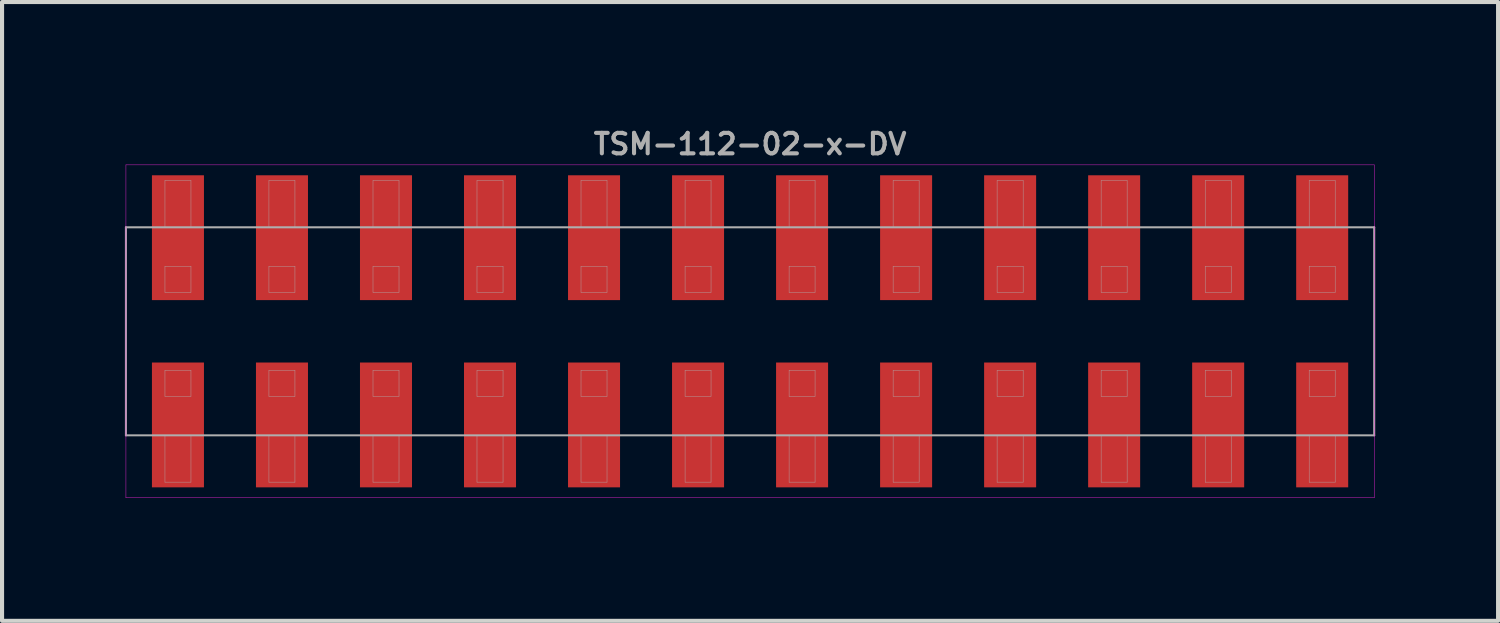
<source format=kicad_pcb>
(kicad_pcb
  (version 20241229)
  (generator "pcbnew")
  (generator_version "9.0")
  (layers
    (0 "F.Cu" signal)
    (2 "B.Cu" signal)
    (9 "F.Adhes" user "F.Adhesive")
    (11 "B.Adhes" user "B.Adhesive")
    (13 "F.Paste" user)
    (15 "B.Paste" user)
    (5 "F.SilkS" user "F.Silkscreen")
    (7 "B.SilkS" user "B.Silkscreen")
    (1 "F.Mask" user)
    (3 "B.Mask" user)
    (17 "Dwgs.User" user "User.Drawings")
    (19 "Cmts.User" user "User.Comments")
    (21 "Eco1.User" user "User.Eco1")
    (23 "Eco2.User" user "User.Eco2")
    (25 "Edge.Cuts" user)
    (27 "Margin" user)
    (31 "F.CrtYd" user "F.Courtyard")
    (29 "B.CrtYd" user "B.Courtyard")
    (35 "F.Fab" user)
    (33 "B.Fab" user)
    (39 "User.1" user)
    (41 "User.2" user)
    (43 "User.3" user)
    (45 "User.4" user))
  (footprint "TSM-112-02-x-DV"
    (layer "F.Cu")
    (at 15.265 5.04)
    (property "Reference" "TSM-112-02-x-DV" (at 0 -4.572 0) (layer "F.Fab") (effects (font (size 0.5 0.5) (thickness 0.1))))
    (attr smd)
    (fp_line (start -15.24 -4.064) (end -15.24 4.064) (stroke (width 0.01) (type solid)) (layer "F.CrtYd"))
    (fp_line (start -15.24 4.064) (end 15.24 4.064) (stroke (width 0.01) (type solid)) (layer "F.CrtYd"))
    (fp_line (start 15.24 -4.064) (end -15.24 -4.064) (stroke (width 0.01) (type solid)) (layer "F.CrtYd"))
    (fp_line (start 15.24 4.064) (end 15.24 -4.064) (stroke (width 0.01) (type solid)) (layer "F.CrtYd"))
    (fp_line (start -15.24 -2.54) (end 15.24 -2.54) (stroke (width 0.05) (type solid)) (layer "F.Fab"))
    (fp_line (start -15.24 2.54) (end -15.24 -2.54) (stroke (width 0.05) (type solid)) (layer "F.Fab"))
    (fp_line (start -14.287 -3.683) (end -13.652 -3.683) (stroke (width 0.01) (type solid)) (layer "F.Fab"))
    (fp_line (start -14.287 -2.54) (end -14.287 -3.683) (stroke (width 0.01) (type solid)) (layer "F.Fab"))
    (fp_line (start -14.287 -1.587) (end -14.287 -0.953) (stroke (width 0.01) (type solid)) (layer "F.Fab"))
    (fp_line (start -14.287 -0.953) (end -13.652 -0.953) (stroke (width 0.01) (type solid)) (layer "F.Fab"))
    (fp_line (start -14.287 0.953) (end -14.287 1.587) (stroke (width 0.01) (type solid)) (layer "F.Fab"))
    (fp_line (start -14.287 1.587) (end -13.652 1.587) (stroke (width 0.01) (type solid)) (layer "F.Fab"))
    (fp_line (start -14.287 3.683) (end -14.287 2.54) (stroke (width 0.01) (type solid)) (layer "F.Fab"))
    (fp_line (start -13.652 -3.683) (end -13.652 -2.54) (stroke (width 0.01) (type solid)) (layer "F.Fab"))
    (fp_line (start -13.652 -1.587) (end -14.287 -1.587) (stroke (width 0.01) (type solid)) (layer "F.Fab"))
    (fp_line (start -13.652 -0.953) (end -13.652 -1.587) (stroke (width 0.01) (type solid)) (layer "F.Fab"))
    (fp_line (start -13.652 0.953) (end -14.287 0.953) (stroke (width 0.01) (type solid)) (layer "F.Fab"))
    (fp_line (start -13.652 1.587) (end -13.652 0.953) (stroke (width 0.01) (type solid)) (layer "F.Fab"))
    (fp_line (start -13.652 2.54) (end -13.652 3.683) (stroke (width 0.01) (type solid)) (layer "F.Fab"))
    (fp_line (start -13.652 3.683) (end -14.287 3.683) (stroke (width 0.01) (type solid)) (layer "F.Fab"))
    (fp_line (start -11.748 -3.683) (end -11.113 -3.683) (stroke (width 0.01) (type solid)) (layer "F.Fab"))
    (fp_line (start -11.748 -2.54) (end -11.748 -3.683) (stroke (width 0.01) (type solid)) (layer "F.Fab"))
    (fp_line (start -11.748 -1.587) (end -11.748 -0.953) (stroke (width 0.01) (type solid)) (layer "F.Fab"))
    (fp_line (start -11.748 -0.953) (end -11.113 -0.953) (stroke (width 0.01) (type solid)) (layer "F.Fab"))
    (fp_line (start -11.748 0.953) (end -11.748 1.587) (stroke (width 0.01) (type solid)) (layer "F.Fab"))
    (fp_line (start -11.748 1.587) (end -11.113 1.587) (stroke (width 0.01) (type solid)) (layer "F.Fab"))
    (fp_line (start -11.748 3.683) (end -11.748 2.54) (stroke (width 0.01) (type solid)) (layer "F.Fab"))
    (fp_line (start -11.113 -3.683) (end -11.113 -2.54) (stroke (width 0.01) (type solid)) (layer "F.Fab"))
    (fp_line (start -11.113 -1.587) (end -11.748 -1.587) (stroke (width 0.01) (type solid)) (layer "F.Fab"))
    (fp_line (start -11.113 -0.953) (end -11.113 -1.587) (stroke (width 0.01) (type solid)) (layer "F.Fab"))
    (fp_line (start -11.113 0.953) (end -11.748 0.953) (stroke (width 0.01) (type solid)) (layer "F.Fab"))
    (fp_line (start -11.113 1.587) (end -11.113 0.953) (stroke (width 0.01) (type solid)) (layer "F.Fab"))
    (fp_line (start -11.113 2.54) (end -11.113 3.683) (stroke (width 0.01) (type solid)) (layer "F.Fab"))
    (fp_line (start -11.113 3.683) (end -11.748 3.683) (stroke (width 0.01) (type solid)) (layer "F.Fab"))
    (fp_line (start -9.207 -3.683) (end -8.572 -3.683) (stroke (width 0.01) (type solid)) (layer "F.Fab"))
    (fp_line (start -9.207 -2.54) (end -9.207 -3.683) (stroke (width 0.01) (type solid)) (layer "F.Fab"))
    (fp_line (start -9.207 -1.587) (end -9.207 -0.953) (stroke (width 0.01) (type solid)) (layer "F.Fab"))
    (fp_line (start -9.207 -0.953) (end -8.572 -0.953) (stroke (width 0.01) (type solid)) (layer "F.Fab"))
    (fp_line (start -9.207 0.953) (end -9.207 1.587) (stroke (width 0.01) (type solid)) (layer "F.Fab"))
    (fp_line (start -9.207 1.587) (end -8.572 1.587) (stroke (width 0.01) (type solid)) (layer "F.Fab"))
    (fp_line (start -9.207 3.683) (end -9.207 2.54) (stroke (width 0.01) (type solid)) (layer "F.Fab"))
    (fp_line (start -8.572 -3.683) (end -8.572 -2.54) (stroke (width 0.01) (type solid)) (layer "F.Fab"))
    (fp_line (start -8.572 -1.587) (end -9.207 -1.587) (stroke (width 0.01) (type solid)) (layer "F.Fab"))
    (fp_line (start -8.572 -0.953) (end -8.572 -1.587) (stroke (width 0.01) (type solid)) (layer "F.Fab"))
    (fp_line (start -8.572 0.953) (end -9.207 0.953) (stroke (width 0.01) (type solid)) (layer "F.Fab"))
    (fp_line (start -8.572 1.587) (end -8.572 0.953) (stroke (width 0.01) (type solid)) (layer "F.Fab"))
    (fp_line (start -8.572 2.54) (end -8.572 3.683) (stroke (width 0.01) (type solid)) (layer "F.Fab"))
    (fp_line (start -8.572 3.683) (end -9.207 3.683) (stroke (width 0.01) (type solid)) (layer "F.Fab"))
    (fp_line (start -6.668 -3.683) (end -6.032 -3.683) (stroke (width 0.01) (type solid)) (layer "F.Fab"))
    (fp_line (start -6.668 -2.54) (end -6.668 -3.683) (stroke (width 0.01) (type solid)) (layer "F.Fab"))
    (fp_line (start -6.668 -1.587) (end -6.668 -0.953) (stroke (width 0.01) (type solid)) (layer "F.Fab"))
    (fp_line (start -6.668 -0.953) (end -6.032 -0.953) (stroke (width 0.01) (type solid)) (layer "F.Fab"))
    (fp_line (start -6.668 0.953) (end -6.668 1.587) (stroke (width 0.01) (type solid)) (layer "F.Fab"))
    (fp_line (start -6.668 1.587) (end -6.032 1.587) (stroke (width 0.01) (type solid)) (layer "F.Fab"))
    (fp_line (start -6.668 3.683) (end -6.668 2.54) (stroke (width 0.01) (type solid)) (layer "F.Fab"))
    (fp_line (start -6.032 -3.683) (end -6.032 -2.54) (stroke (width 0.01) (type solid)) (layer "F.Fab"))
    (fp_line (start -6.032 -1.587) (end -6.668 -1.587) (stroke (width 0.01) (type solid)) (layer "F.Fab"))
    (fp_line (start -6.032 -0.953) (end -6.032 -1.587) (stroke (width 0.01) (type solid)) (layer "F.Fab"))
    (fp_line (start -6.032 0.953) (end -6.668 0.953) (stroke (width 0.01) (type solid)) (layer "F.Fab"))
    (fp_line (start -6.032 1.587) (end -6.032 0.953) (stroke (width 0.01) (type solid)) (layer "F.Fab"))
    (fp_line (start -6.032 2.54) (end -6.032 3.683) (stroke (width 0.01) (type solid)) (layer "F.Fab"))
    (fp_line (start -6.032 3.683) (end -6.668 3.683) (stroke (width 0.01) (type solid)) (layer "F.Fab"))
    (fp_line (start -4.128 -3.683) (end -3.493 -3.683) (stroke (width 0.01) (type solid)) (layer "F.Fab"))
    (fp_line (start -4.128 -2.54) (end -4.128 -3.683) (stroke (width 0.01) (type solid)) (layer "F.Fab"))
    (fp_line (start -4.128 -1.587) (end -4.128 -0.953) (stroke (width 0.01) (type solid)) (layer "F.Fab"))
    (fp_line (start -4.128 -0.953) (end -3.493 -0.953) (stroke (width 0.01) (type solid)) (layer "F.Fab"))
    (fp_line (start -4.128 0.953) (end -4.128 1.587) (stroke (width 0.01) (type solid)) (layer "F.Fab"))
    (fp_line (start -4.128 1.587) (end -3.493 1.587) (stroke (width 0.01) (type solid)) (layer "F.Fab"))
    (fp_line (start -4.128 3.683) (end -4.128 2.54) (stroke (width 0.01) (type solid)) (layer "F.Fab"))
    (fp_line (start -3.493 -3.683) (end -3.493 -2.54) (stroke (width 0.01) (type solid)) (layer "F.Fab"))
    (fp_line (start -3.493 -1.587) (end -4.128 -1.587) (stroke (width 0.01) (type solid)) (layer "F.Fab"))
    (fp_line (start -3.493 -0.953) (end -3.493 -1.587) (stroke (width 0.01) (type solid)) (layer "F.Fab"))
    (fp_line (start -3.493 0.953) (end -4.128 0.953) (stroke (width 0.01) (type solid)) (layer "F.Fab"))
    (fp_line (start -3.493 1.587) (end -3.493 0.953) (stroke (width 0.01) (type solid)) (layer "F.Fab"))
    (fp_line (start -3.493 2.54) (end -3.493 3.683) (stroke (width 0.01) (type solid)) (layer "F.Fab"))
    (fp_line (start -3.493 3.683) (end -4.128 3.683) (stroke (width 0.01) (type solid)) (layer "F.Fab"))
    (fp_line (start -1.587 -3.683) (end -0.953 -3.683) (stroke (width 0.01) (type solid)) (layer "F.Fab"))
    (fp_line (start -1.587 -2.54) (end -1.587 -3.683) (stroke (width 0.01) (type solid)) (layer "F.Fab"))
    (fp_line (start -1.587 -1.587) (end -1.587 -0.953) (stroke (width 0.01) (type solid)) (layer "F.Fab"))
    (fp_line (start -1.587 -0.953) (end -0.953 -0.953) (stroke (width 0.01) (type solid)) (layer "F.Fab"))
    (fp_line (start -1.587 0.953) (end -1.587 1.587) (stroke (width 0.01) (type solid)) (layer "F.Fab"))
    (fp_line (start -1.587 1.587) (end -0.953 1.587) (stroke (width 0.01) (type solid)) (layer "F.Fab"))
    (fp_line (start -1.587 3.683) (end -1.587 2.54) (stroke (width 0.01) (type solid)) (layer "F.Fab"))
    (fp_line (start -0.953 -3.683) (end -0.953 -2.54) (stroke (width 0.01) (type solid)) (layer "F.Fab"))
    (fp_line (start -0.953 -1.587) (end -1.587 -1.587) (stroke (width 0.01) (type solid)) (layer "F.Fab"))
    (fp_line (start -0.953 -0.953) (end -0.953 -1.587) (stroke (width 0.01) (type solid)) (layer "F.Fab"))
    (fp_line (start -0.953 0.953) (end -1.587 0.953) (stroke (width 0.01) (type solid)) (layer "F.Fab"))
    (fp_line (start -0.953 1.587) (end -0.953 0.953) (stroke (width 0.01) (type solid)) (layer "F.Fab"))
    (fp_line (start -0.953 2.54) (end -0.953 3.683) (stroke (width 0.01) (type solid)) (layer "F.Fab"))
    (fp_line (start -0.953 3.683) (end -1.587 3.683) (stroke (width 0.01) (type solid)) (layer "F.Fab"))
    (fp_line (start 0.953 -3.683) (end 1.587 -3.683) (stroke (width 0.01) (type solid)) (layer "F.Fab"))
    (fp_line (start 0.953 -2.54) (end 0.953 -3.683) (stroke (width 0.01) (type solid)) (layer "F.Fab"))
    (fp_line (start 0.953 -1.587) (end 0.953 -0.953) (stroke (width 0.01) (type solid)) (layer "F.Fab"))
    (fp_line (start 0.953 -0.953) (end 1.587 -0.953) (stroke (width 0.01) (type solid)) (layer "F.Fab"))
    (fp_line (start 0.953 0.953) (end 0.953 1.587) (stroke (width 0.01) (type solid)) (layer "F.Fab"))
    (fp_line (start 0.953 1.587) (end 1.587 1.587) (stroke (width 0.01) (type solid)) (layer "F.Fab"))
    (fp_line (start 0.953 3.683) (end 0.953 2.54) (stroke (width 0.01) (type solid)) (layer "F.Fab"))
    (fp_line (start 1.587 -3.683) (end 1.587 -2.54) (stroke (width 0.01) (type solid)) (layer "F.Fab"))
    (fp_line (start 1.587 -1.587) (end 0.953 -1.587) (stroke (width 0.01) (type solid)) (layer "F.Fab"))
    (fp_line (start 1.587 -0.953) (end 1.587 -1.587) (stroke (width 0.01) (type solid)) (layer "F.Fab"))
    (fp_line (start 1.587 0.953) (end 0.953 0.953) (stroke (width 0.01) (type solid)) (layer "F.Fab"))
    (fp_line (start 1.587 1.587) (end 1.587 0.953) (stroke (width 0.01) (type solid)) (layer "F.Fab"))
    (fp_line (start 1.587 2.54) (end 1.587 3.683) (stroke (width 0.01) (type solid)) (layer "F.Fab"))
    (fp_line (start 1.587 3.683) (end 0.953 3.683) (stroke (width 0.01) (type solid)) (layer "F.Fab"))
    (fp_line (start 3.493 -3.683) (end 4.128 -3.683) (stroke (width 0.01) (type solid)) (layer "F.Fab"))
    (fp_line (start 3.493 -2.54) (end 3.493 -3.683) (stroke (width 0.01) (type solid)) (layer "F.Fab"))
    (fp_line (start 3.493 -1.587) (end 3.493 -0.953) (stroke (width 0.01) (type solid)) (layer "F.Fab"))
    (fp_line (start 3.493 -0.953) (end 4.128 -0.953) (stroke (width 0.01) (type solid)) (layer "F.Fab"))
    (fp_line (start 3.493 0.953) (end 3.493 1.587) (stroke (width 0.01) (type solid)) (layer "F.Fab"))
    (fp_line (start 3.493 1.587) (end 4.128 1.587) (stroke (width 0.01) (type solid)) (layer "F.Fab"))
    (fp_line (start 3.493 3.683) (end 3.493 2.54) (stroke (width 0.01) (type solid)) (layer "F.Fab"))
    (fp_line (start 4.128 -3.683) (end 4.128 -2.54) (stroke (width 0.01) (type solid)) (layer "F.Fab"))
    (fp_line (start 4.128 -1.587) (end 3.493 -1.587) (stroke (width 0.01) (type solid)) (layer "F.Fab"))
    (fp_line (start 4.128 -0.953) (end 4.128 -1.587) (stroke (width 0.01) (type solid)) (layer "F.Fab"))
    (fp_line (start 4.128 0.953) (end 3.493 0.953) (stroke (width 0.01) (type solid)) (layer "F.Fab"))
    (fp_line (start 4.128 1.587) (end 4.128 0.953) (stroke (width 0.01) (type solid)) (layer "F.Fab"))
    (fp_line (start 4.128 2.54) (end 4.128 3.683) (stroke (width 0.01) (type solid)) (layer "F.Fab"))
    (fp_line (start 4.128 3.683) (end 3.493 3.683) (stroke (width 0.01) (type solid)) (layer "F.Fab"))
    (fp_line (start 6.032 -3.683) (end 6.668 -3.683) (stroke (width 0.01) (type solid)) (layer "F.Fab"))
    (fp_line (start 6.032 -2.54) (end 6.032 -3.683) (stroke (width 0.01) (type solid)) (layer "F.Fab"))
    (fp_line (start 6.032 -1.587) (end 6.032 -0.953) (stroke (width 0.01) (type solid)) (layer "F.Fab"))
    (fp_line (start 6.032 -0.953) (end 6.668 -0.953) (stroke (width 0.01) (type solid)) (layer "F.Fab"))
    (fp_line (start 6.032 0.953) (end 6.032 1.587) (stroke (width 0.01) (type solid)) (layer "F.Fab"))
    (fp_line (start 6.032 1.587) (end 6.668 1.587) (stroke (width 0.01) (type solid)) (layer "F.Fab"))
    (fp_line (start 6.032 3.683) (end 6.032 2.54) (stroke (width 0.01) (type solid)) (layer "F.Fab"))
    (fp_line (start 6.668 -3.683) (end 6.668 -2.54) (stroke (width 0.01) (type solid)) (layer "F.Fab"))
    (fp_line (start 6.668 -1.587) (end 6.032 -1.587) (stroke (width 0.01) (type solid)) (layer "F.Fab"))
    (fp_line (start 6.668 -0.953) (end 6.668 -1.587) (stroke (width 0.01) (type solid)) (layer "F.Fab"))
    (fp_line (start 6.668 0.953) (end 6.032 0.953) (stroke (width 0.01) (type solid)) (layer "F.Fab"))
    (fp_line (start 6.668 1.587) (end 6.668 0.953) (stroke (width 0.01) (type solid)) (layer "F.Fab"))
    (fp_line (start 6.668 2.54) (end 6.668 3.683) (stroke (width 0.01) (type solid)) (layer "F.Fab"))
    (fp_line (start 6.668 3.683) (end 6.032 3.683) (stroke (width 0.01) (type solid)) (layer "F.Fab"))
    (fp_line (start 8.572 -3.683) (end 9.207 -3.683) (stroke (width 0.01) (type solid)) (layer "F.Fab"))
    (fp_line (start 8.572 -2.54) (end 8.572 -3.683) (stroke (width 0.01) (type solid)) (layer "F.Fab"))
    (fp_line (start 8.572 -1.587) (end 8.572 -0.953) (stroke (width 0.01) (type solid)) (layer "F.Fab"))
    (fp_line (start 8.572 -0.953) (end 9.207 -0.953) (stroke (width 0.01) (type solid)) (layer "F.Fab"))
    (fp_line (start 8.572 0.953) (end 8.572 1.587) (stroke (width 0.01) (type solid)) (layer "F.Fab"))
    (fp_line (start 8.572 1.587) (end 9.207 1.587) (stroke (width 0.01) (type solid)) (layer "F.Fab"))
    (fp_line (start 8.572 3.683) (end 8.572 2.54) (stroke (width 0.01) (type solid)) (layer "F.Fab"))
    (fp_line (start 9.207 -3.683) (end 9.207 -2.54) (stroke (width 0.01) (type solid)) (layer "F.Fab"))
    (fp_line (start 9.207 -1.587) (end 8.572 -1.587) (stroke (width 0.01) (type solid)) (layer "F.Fab"))
    (fp_line (start 9.207 -0.953) (end 9.207 -1.587) (stroke (width 0.01) (type solid)) (layer "F.Fab"))
    (fp_line (start 9.207 0.953) (end 8.572 0.953) (stroke (width 0.01) (type solid)) (layer "F.Fab"))
    (fp_line (start 9.207 1.587) (end 9.207 0.953) (stroke (width 0.01) (type solid)) (layer "F.Fab"))
    (fp_line (start 9.207 2.54) (end 9.207 3.683) (stroke (width 0.01) (type solid)) (layer "F.Fab"))
    (fp_line (start 9.207 3.683) (end 8.572 3.683) (stroke (width 0.01) (type solid)) (layer "F.Fab"))
    (fp_line (start 11.113 -3.683) (end 11.748 -3.683) (stroke (width 0.01) (type solid)) (layer "F.Fab"))
    (fp_line (start 11.113 -2.54) (end 11.113 -3.683) (stroke (width 0.01) (type solid)) (layer "F.Fab"))
    (fp_line (start 11.113 -1.587) (end 11.113 -0.953) (stroke (width 0.01) (type solid)) (layer "F.Fab"))
    (fp_line (start 11.113 -0.953) (end 11.748 -0.953) (stroke (width 0.01) (type solid)) (layer "F.Fab"))
    (fp_line (start 11.113 0.953) (end 11.113 1.587) (stroke (width 0.01) (type solid)) (layer "F.Fab"))
    (fp_line (start 11.113 1.587) (end 11.748 1.587) (stroke (width 0.01) (type solid)) (layer "F.Fab"))
    (fp_line (start 11.113 3.683) (end 11.113 2.54) (stroke (width 0.01) (type solid)) (layer "F.Fab"))
    (fp_line (start 11.748 -3.683) (end 11.748 -2.54) (stroke (width 0.01) (type solid)) (layer "F.Fab"))
    (fp_line (start 11.748 -1.587) (end 11.113 -1.587) (stroke (width 0.01) (type solid)) (layer "F.Fab"))
    (fp_line (start 11.748 -0.953) (end 11.748 -1.587) (stroke (width 0.01) (type solid)) (layer "F.Fab"))
    (fp_line (start 11.748 0.953) (end 11.113 0.953) (stroke (width 0.01) (type solid)) (layer "F.Fab"))
    (fp_line (start 11.748 1.587) (end 11.748 0.953) (stroke (width 0.01) (type solid)) (layer "F.Fab"))
    (fp_line (start 11.748 2.54) (end 11.748 3.683) (stroke (width 0.01) (type solid)) (layer "F.Fab"))
    (fp_line (start 11.748 3.683) (end 11.113 3.683) (stroke (width 0.01) (type solid)) (layer "F.Fab"))
    (fp_line (start 13.652 -3.683) (end 14.287 -3.683) (stroke (width 0.01) (type solid)) (layer "F.Fab"))
    (fp_line (start 13.652 -2.54) (end 13.652 -3.683) (stroke (width 0.01) (type solid)) (layer "F.Fab"))
    (fp_line (start 13.652 -1.587) (end 13.652 -0.953) (stroke (width 0.01) (type solid)) (layer "F.Fab"))
    (fp_line (start 13.652 -0.953) (end 14.287 -0.953) (stroke (width 0.01) (type solid)) (layer "F.Fab"))
    (fp_line (start 13.652 0.953) (end 13.652 1.587) (stroke (width 0.01) (type solid)) (layer "F.Fab"))
    (fp_line (start 13.652 1.587) (end 14.287 1.587) (stroke (width 0.01) (type solid)) (layer "F.Fab"))
    (fp_line (start 13.652 3.683) (end 13.652 2.54) (stroke (width 0.01) (type solid)) (layer "F.Fab"))
    (fp_line (start 14.287 -3.683) (end 14.287 -2.54) (stroke (width 0.01) (type solid)) (layer "F.Fab"))
    (fp_line (start 14.287 -1.587) (end 13.652 -1.587) (stroke (width 0.01) (type solid)) (layer "F.Fab"))
    (fp_line (start 14.287 -0.953) (end 14.287 -1.587) (stroke (width 0.01) (type solid)) (layer "F.Fab"))
    (fp_line (start 14.287 0.953) (end 13.652 0.953) (stroke (width 0.01) (type solid)) (layer "F.Fab"))
    (fp_line (start 14.287 1.587) (end 14.287 0.953) (stroke (width 0.01) (type solid)) (layer "F.Fab"))
    (fp_line (start 14.287 2.54) (end 14.287 3.683) (stroke (width 0.01) (type solid)) (layer "F.Fab"))
    (fp_line (start 14.287 3.683) (end 13.652 3.683) (stroke (width 0.01) (type solid)) (layer "F.Fab"))
    (fp_line (start 15.24 -2.54) (end 15.24 2.54) (stroke (width 0.05) (type solid)) (layer "F.Fab"))
    (fp_line (start 15.24 2.54) (end -15.24 2.54) (stroke (width 0.05) (type solid)) (layer "F.Fab"))
    (pad "1" smd rect (at -13.97 2.286) (size 1.27 3.048) (layers "F.Cu" "F.Mask" "F.Paste"))
    (pad "2" smd rect (at -13.97 -2.286) (size 1.27 3.048) (layers "F.Cu" "F.Mask" "F.Paste"))
    (pad "3" smd rect (at -11.43 2.286) (size 1.27 3.048) (layers "F.Cu" "F.Mask" "F.Paste"))
    (pad "4" smd rect (at -11.43 -2.286) (size 1.27 3.048) (layers "F.Cu" "F.Mask" "F.Paste"))
    (pad "5" smd rect (at -8.89 2.286) (size 1.27 3.048) (layers "F.Cu" "F.Mask" "F.Paste"))
    (pad "6" smd rect (at -8.89 -2.286) (size 1.27 3.048) (layers "F.Cu" "F.Mask" "F.Paste"))
    (pad "7" smd rect (at -6.35 2.286) (size 1.27 3.048) (layers "F.Cu" "F.Mask" "F.Paste"))
    (pad "8" smd rect (at -6.35 -2.286) (size 1.27 3.048) (layers "F.Cu" "F.Mask" "F.Paste"))
    (pad "9" smd rect (at -3.81 2.286) (size 1.27 3.048) (layers "F.Cu" "F.Mask" "F.Paste"))
    (pad "10" smd rect (at -3.81 -2.286) (size 1.27 3.048) (layers "F.Cu" "F.Mask" "F.Paste"))
    (pad "11" smd rect (at -1.27 2.286) (size 1.27 3.048) (layers "F.Cu" "F.Mask" "F.Paste"))
    (pad "12" smd rect (at -1.27 -2.286) (size 1.27 3.048) (layers "F.Cu" "F.Mask" "F.Paste"))
    (pad "13" smd rect (at 1.27 2.286) (size 1.27 3.048) (layers "F.Cu" "F.Mask" "F.Paste"))
    (pad "14" smd rect (at 1.27 -2.286) (size 1.27 3.048) (layers "F.Cu" "F.Mask" "F.Paste"))
    (pad "15" smd rect (at 3.81 2.286) (size 1.27 3.048) (layers "F.Cu" "F.Mask" "F.Paste"))
    (pad "16" smd rect (at 3.81 -2.286) (size 1.27 3.048) (layers "F.Cu" "F.Mask" "F.Paste"))
    (pad "17" smd rect (at 6.35 2.286) (size 1.27 3.048) (layers "F.Cu" "F.Mask" "F.Paste"))
    (pad "18" smd rect (at 6.35 -2.286) (size 1.27 3.048) (layers "F.Cu" "F.Mask" "F.Paste"))
    (pad "19" smd rect (at 8.89 2.286) (size 1.27 3.048) (layers "F.Cu" "F.Mask" "F.Paste"))
    (pad "20" smd rect (at 8.89 -2.286) (size 1.27 3.048) (layers "F.Cu" "F.Mask" "F.Paste"))
    (pad "21" smd rect (at 11.43 2.286) (size 1.27 3.048) (layers "F.Cu" "F.Mask" "F.Paste"))
    (pad "22" smd rect (at 11.43 -2.286) (size 1.27 3.048) (layers "F.Cu" "F.Mask" "F.Paste"))
    (pad "23" smd rect (at 13.97 2.286) (size 1.27 3.048) (layers "F.Cu" "F.Mask" "F.Paste"))
    (pad "24" smd rect (at 13.97 -2.286) (size 1.27 3.048) (layers "F.Cu" "F.Mask" "F.Paste")))
  (gr_rect
    (start -3 -3)
    (end 33.53 12.109)
    (stroke (width 0.1) (type default))
    (fill no)
    (layer "Edge.Cuts")))
</source>
